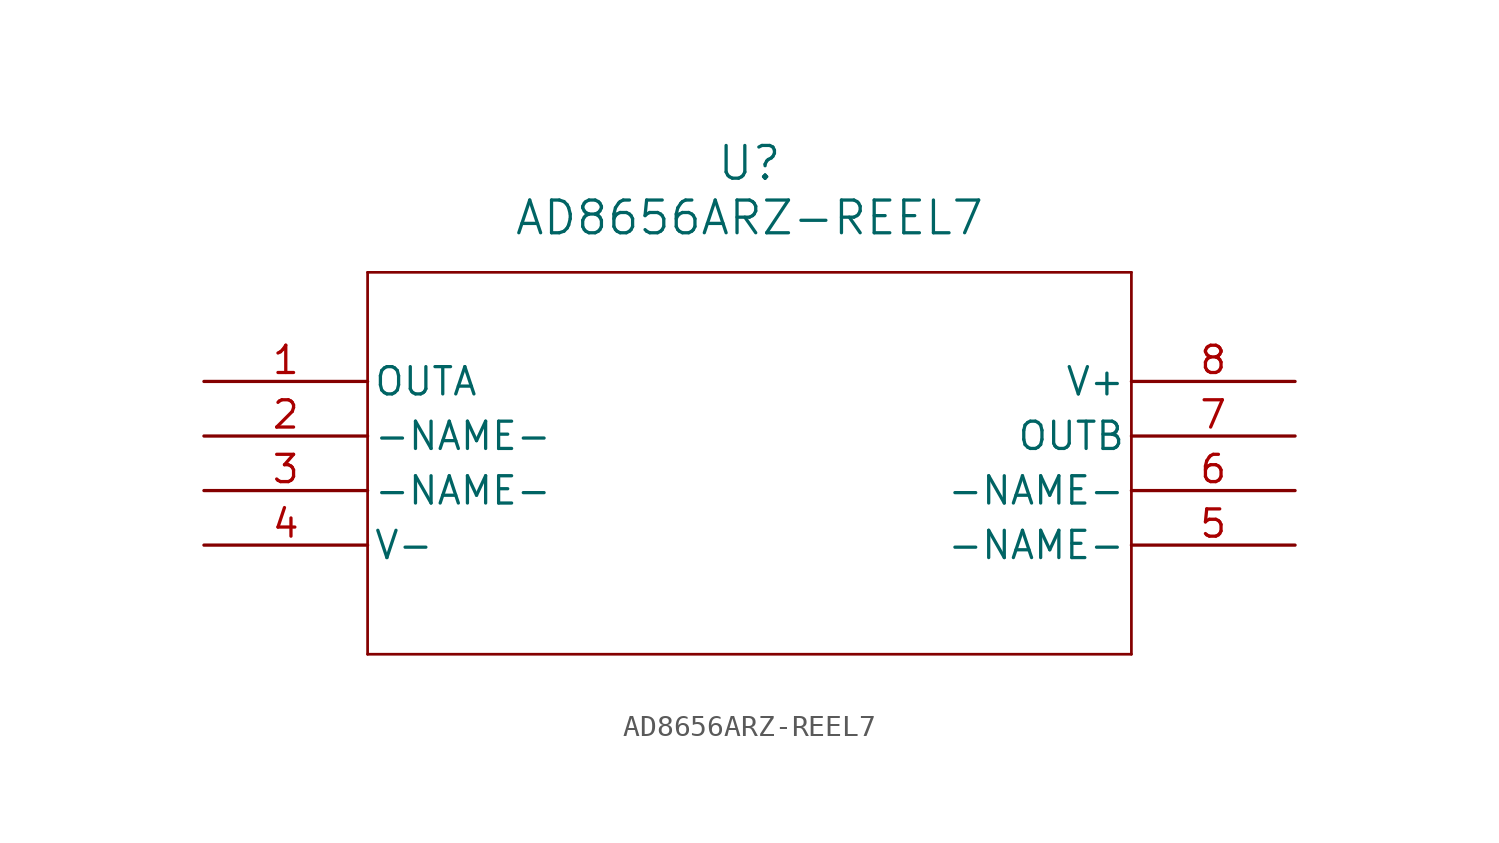
<source format=kicad_sym>
(kicad_symbol_lib
  (version 20211014)
  (generator kicad_symbol_editor)
  (symbol "AD8656ARZ-REEL7"
    (pin_names
      (offset 0.254))
    (property "Reference" "U"
      (at 25.4 10.16 0)
      (effects (font (size 1.524 1.524))))
    (property "Value" "AD8656ARZ-REEL7"
      (at 25.4 7.62 0)
      (effects (font (size 1.524 1.524))))
    (symbol "AD8656ARZ-REEL7_0_1"
      (polyline (pts (xy 7.62 5.08) (xy 7.62 -12.7)) (stroke (width 0.127) (type default) (color 0 0 0 0)) (fill (type none)))
      (polyline (pts (xy 7.62 -12.7) (xy 43.18 -12.7)) (stroke (width 0.127) (type default) (color 0 0 0 0)) (fill (type none)))
      (polyline (pts (xy 43.18 -12.7) (xy 43.18 5.08)) (stroke (width 0.127) (type default) (color 0 0 0 0)) (fill (type none)))
      (polyline (pts (xy 43.18 5.08) (xy 7.62 5.08)) (stroke (width 0.127) (type default) (color 0 0 0 0)) (fill (type none)))
      (pin output line (at 0 0 0) (length 7.62) (name "OUTA" (effects (font (size 1.27 1.27)))) (number "1" (effects (font (size 1.27 1.27)))))
      (pin input line (at 0 -2.54 0) (length 7.62) (name "-NAME-" (effects (font (size 1.27 1.27)))) (number "2" (effects (font (size 1.27 1.27)))))
      (pin input line (at 0 -5.08 0) (length 7.62) (name "-NAME-" (effects (font (size 1.27 1.27)))) (number "3" (effects (font (size 1.27 1.27)))))
      (pin power_in line (at 0 -7.62 0) (length 7.62) (name "V-" (effects (font (size 1.27 1.27)))) (number "4" (effects (font (size 1.27 1.27)))))
      (pin input line (at 50.8 -7.62 180) (length 7.62) (name "-NAME-" (effects (font (size 1.27 1.27)))) (number "5" (effects (font (size 1.27 1.27)))))
      (pin input line (at 50.8 -5.08 180) (length 7.62) (name "-NAME-" (effects (font (size 1.27 1.27)))) (number "6" (effects (font (size 1.27 1.27)))))
      (pin output line (at 50.8 -2.54 180) (length 7.62) (name "OUTB" (effects (font (size 1.27 1.27)))) (number "7" (effects (font (size 1.27 1.27)))))
      (pin power_in line (at 50.8 0 180) (length 7.62) (name "V+" (effects (font (size 1.27 1.27)))) (number "8" (effects (font (size 1.27 1.27))))))))
</source>
